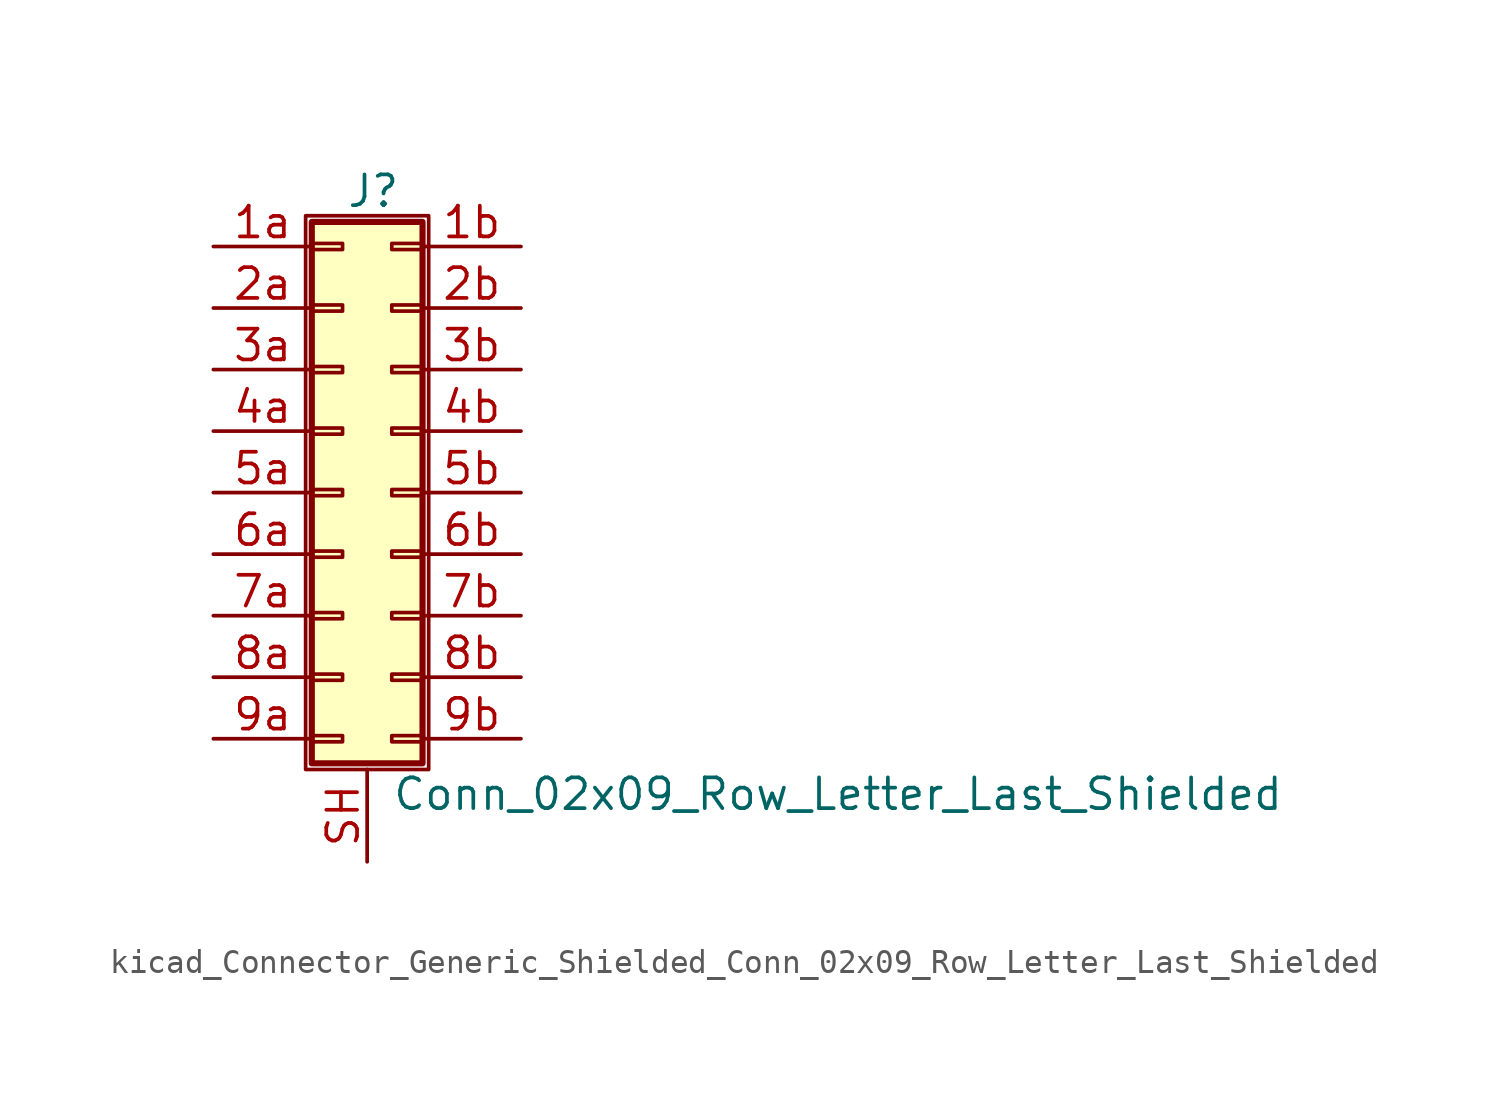
<source format=kicad_sym>
(kicad_symbol_lib
  (version 20220914)
  (generator kicad_symbol_editor)
  (symbol "kicad_Connector_Generic_Shielded_Conn_02x09_Row_Letter_Last_Shielded"
    (pin_names
      (offset 1.016) hide)
    (property "Reference" "J"
      (at 1.524 12.446 0)
      (effects (font (size 1.27 1.27))))
    (property "Value" "Conn_02x09_Row_Letter_Last_Shielded"
      (at 2.286 -12.446 0)
      (effects (font (size 1.27 1.27)) (justify left)))
    (symbol "kicad_Connector_Generic_Shielded_Conn_02x09_Row_Letter_Last_Shielded_1_1"
      (rectangle (start -1.27 11.43) (end 3.81 -11.43) (stroke (width 0.152) (type default)) (fill (type none)))
      (rectangle (start -1.016 -10.033) (end 0.254 -10.287) (stroke (width 0.152) (type default)) (fill (type none)))
      (rectangle (start -1.016 -7.493) (end 0.254 -7.747) (stroke (width 0.152) (type default)) (fill (type none)))
      (rectangle (start -1.016 -4.953) (end 0.254 -5.207) (stroke (width 0.152) (type default)) (fill (type none)))
      (rectangle (start -1.016 -2.413) (end 0.254 -2.667) (stroke (width 0.152) (type default)) (fill (type none)))
      (rectangle (start -1.016 0.127) (end 0.254 -0.127) (stroke (width 0.152) (type default)) (fill (type none)))
      (rectangle (start -1.016 2.667) (end 0.254 2.413) (stroke (width 0.152) (type default)) (fill (type none)))
      (rectangle (start -1.016 5.207) (end 0.254 4.953) (stroke (width 0.152) (type default)) (fill (type none)))
      (rectangle (start -1.016 7.747) (end 0.254 7.493) (stroke (width 0.152) (type default)) (fill (type none)))
      (rectangle (start -1.016 10.287) (end 0.254 10.033) (stroke (width 0.152) (type default)) (fill (type none)))
      (rectangle (start -1.016 11.176) (end 3.556 -11.176) (stroke (width 0.254) (type default)) (fill (type background)))
      (rectangle (start 3.556 -10.033) (end 2.286 -10.287) (stroke (width 0.152) (type default)) (fill (type none)))
      (rectangle (start 3.556 -7.493) (end 2.286 -7.747) (stroke (width 0.152) (type default)) (fill (type none)))
      (rectangle (start 3.556 -4.953) (end 2.286 -5.207) (stroke (width 0.152) (type default)) (fill (type none)))
      (rectangle (start 3.556 -2.413) (end 2.286 -2.667) (stroke (width 0.152) (type default)) (fill (type none)))
      (rectangle (start 3.556 0.127) (end 2.286 -0.127) (stroke (width 0.152) (type default)) (fill (type none)))
      (rectangle (start 3.556 2.667) (end 2.286 2.413) (stroke (width 0.152) (type default)) (fill (type none)))
      (rectangle (start 3.556 5.207) (end 2.286 4.953) (stroke (width 0.152) (type default)) (fill (type none)))
      (rectangle (start 3.556 7.747) (end 2.286 7.493) (stroke (width 0.152) (type default)) (fill (type none)))
      (rectangle (start 3.556 10.287) (end 2.286 10.033) (stroke (width 0.152) (type default)) (fill (type none)))
      (pin passive line (at -5.08 10.16 0) (length 4.064) (name "Pin_1a" (effects (font (size 1.27 1.27)))) (number "1a" (effects (font (size 1.27 1.27)))))
      (pin passive line (at 7.62 10.16 180) (length 4.064) (name "Pin_1b" (effects (font (size 1.27 1.27)))) (number "1b" (effects (font (size 1.27 1.27)))))
      (pin passive line (at -5.08 7.62 0) (length 4.064) (name "Pin_2a" (effects (font (size 1.27 1.27)))) (number "2a" (effects (font (size 1.27 1.27)))))
      (pin passive line (at 7.62 7.62 180) (length 4.064) (name "Pin_2b" (effects (font (size 1.27 1.27)))) (number "2b" (effects (font (size 1.27 1.27)))))
      (pin passive line (at -5.08 5.08 0) (length 4.064) (name "Pin_3a" (effects (font (size 1.27 1.27)))) (number "3a" (effects (font (size 1.27 1.27)))))
      (pin passive line (at 7.62 5.08 180) (length 4.064) (name "Pin_3b" (effects (font (size 1.27 1.27)))) (number "3b" (effects (font (size 1.27 1.27)))))
      (pin passive line (at -5.08 2.54 0) (length 4.064) (name "Pin_4a" (effects (font (size 1.27 1.27)))) (number "4a" (effects (font (size 1.27 1.27)))))
      (pin passive line (at 7.62 2.54 180) (length 4.064) (name "Pin_4b" (effects (font (size 1.27 1.27)))) (number "4b" (effects (font (size 1.27 1.27)))))
      (pin passive line (at -5.08 0 0) (length 4.064) (name "Pin_5a" (effects (font (size 1.27 1.27)))) (number "5a" (effects (font (size 1.27 1.27)))))
      (pin passive line (at 7.62 0 180) (length 4.064) (name "Pin_5b" (effects (font (size 1.27 1.27)))) (number "5b" (effects (font (size 1.27 1.27)))))
      (pin passive line (at -5.08 -2.54 0) (length 4.064) (name "Pin_6a" (effects (font (size 1.27 1.27)))) (number "6a" (effects (font (size 1.27 1.27)))))
      (pin passive line (at 7.62 -2.54 180) (length 4.064) (name "Pin_6b" (effects (font (size 1.27 1.27)))) (number "6b" (effects (font (size 1.27 1.27)))))
      (pin passive line (at -5.08 -5.08 0) (length 4.064) (name "Pin_7a" (effects (font (size 1.27 1.27)))) (number "7a" (effects (font (size 1.27 1.27)))))
      (pin passive line (at 7.62 -5.08 180) (length 4.064) (name "Pin_7b" (effects (font (size 1.27 1.27)))) (number "7b" (effects (font (size 1.27 1.27)))))
      (pin passive line (at -5.08 -7.62 0) (length 4.064) (name "Pin_8a" (effects (font (size 1.27 1.27)))) (number "8a" (effects (font (size 1.27 1.27)))))
      (pin passive line (at 7.62 -7.62 180) (length 4.064) (name "Pin_8b" (effects (font (size 1.27 1.27)))) (number "8b" (effects (font (size 1.27 1.27)))))
      (pin passive line (at -5.08 -10.16 0) (length 4.064) (name "Pin_9a" (effects (font (size 1.27 1.27)))) (number "9a" (effects (font (size 1.27 1.27)))))
      (pin passive line (at 7.62 -10.16 180) (length 4.064) (name "Pin_9b" (effects (font (size 1.27 1.27)))) (number "9b" (effects (font (size 1.27 1.27)))))
      (pin passive line (at 1.27 -15.24 90) (length 3.81) (name "Shield" (effects (font (size 1.27 1.27)))) (number "SH" (effects (font (size 1.27 1.27))))))))
</source>
